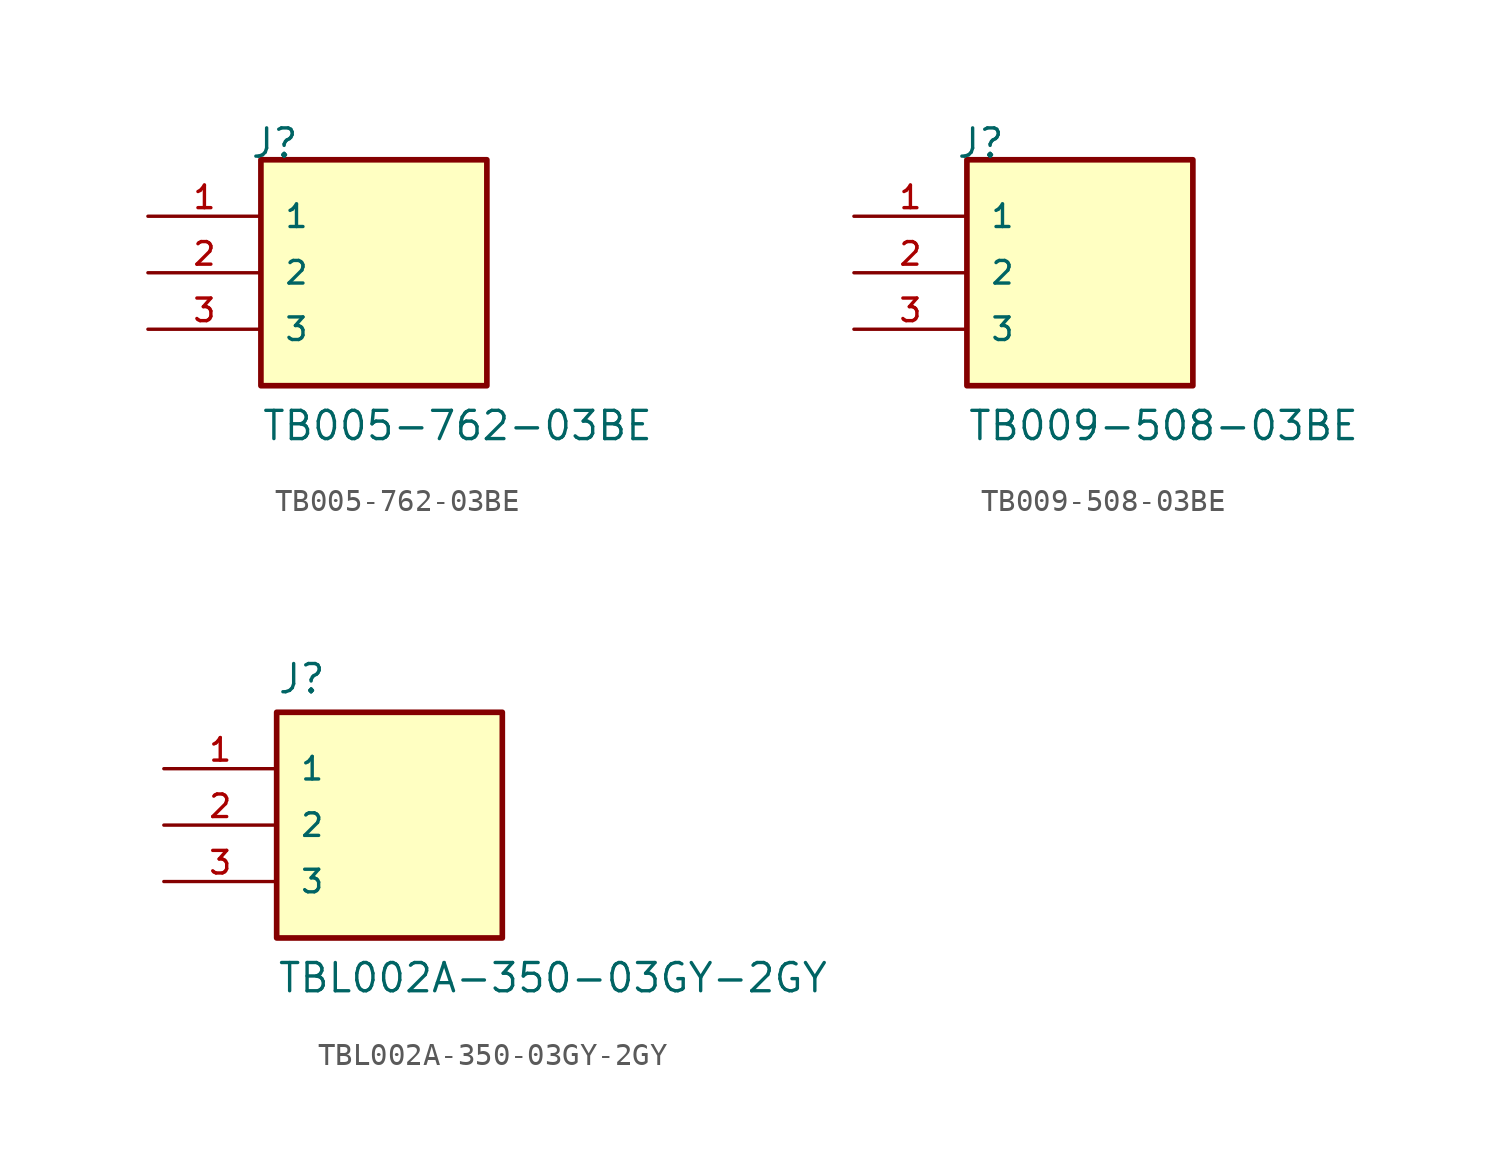
<source format=kicad_sym>
(kicad_symbol_lib
  (version 20211014)
  (generator kicad_symbol_editor)
  (symbol "TB005-762-03BE"
    (pin_names
      (offset 1.016))
    (property "Reference" "J"
      (at -5.588 5.08 0)
      (effects (font (size 1.27 1.27)) (justify left bottom)))
    (property "Value" "TB005-762-03BE"
      (at -5.08 -7.62 0)
      (effects (font (size 1.27 1.27)) (justify left bottom)))
    (symbol "TB005-762-03BE_0_0"
      (rectangle (start -5.08 -5.08) (end 5.08 5.08) (stroke (width 0.254) (type default) (color 0 0 0 0)) (fill (type background)))
      (pin passive line (at -10.16 2.54 0) (length 5.08) (name "1" (effects (font (size 1.016 1.016)))) (number "1" (effects (font (size 1.016 1.016)))))
      (pin passive line (at -10.16 0 0) (length 5.08) (name "2" (effects (font (size 1.016 1.016)))) (number "2" (effects (font (size 1.016 1.016)))))
      (pin passive line (at -10.16 -2.54 0) (length 5.08) (name "3" (effects (font (size 1.016 1.016)))) (number "3" (effects (font (size 1.016 1.016)))))))
  (symbol "TB009-508-03BE"
    (pin_names
      (offset 1.016))
    (property "Reference" "J"
      (at -5.588 5.08 0)
      (effects (font (size 1.27 1.27)) (justify left bottom)))
    (property "Value" "TB009-508-03BE"
      (at -5.08 -7.62 0)
      (effects (font (size 1.27 1.27)) (justify left bottom)))
    (symbol "TB009-508-03BE_0_0"
      (rectangle (start -5.08 -5.08) (end 5.08 5.08) (stroke (width 0.254) (type default) (color 0 0 0 0)) (fill (type background)))
      (pin passive line (at -10.16 2.54 0) (length 5.08) (name "1" (effects (font (size 1.016 1.016)))) (number "1" (effects (font (size 1.016 1.016)))))
      (pin passive line (at -10.16 0 0) (length 5.08) (name "2" (effects (font (size 1.016 1.016)))) (number "2" (effects (font (size 1.016 1.016)))))
      (pin passive line (at -10.16 -2.54 0) (length 5.08) (name "3" (effects (font (size 1.016 1.016)))) (number "3" (effects (font (size 1.016 1.016)))))))
  (symbol "TBL002A-350-03GY-2GY"
    (pin_names
      (offset 1.016))
    (property "Reference" "J"
      (at -5.08 5.842 0)
      (effects (font (size 1.27 1.27)) (justify left bottom)))
    (property "Value" "TBL002A-350-03GY-2GY"
      (at -5.08 -7.62 0)
      (effects (font (size 1.27 1.27)) (justify left bottom)))
    (symbol "TBL002A-350-03GY-2GY_0_0"
      (rectangle (start -5.08 -5.08) (end 5.08 5.08) (stroke (width 0.254) (type default) (color 0 0 0 0)) (fill (type background)))
      (pin passive line (at -10.16 2.54 0) (length 5.08) (name "1" (effects (font (size 1.016 1.016)))) (number "1" (effects (font (size 1.016 1.016)))))
      (pin passive line (at -10.16 0 0) (length 5.08) (name "2" (effects (font (size 1.016 1.016)))) (number "2" (effects (font (size 1.016 1.016)))))
      (pin passive line (at -10.16 -2.54 0) (length 5.08) (name "3" (effects (font (size 1.016 1.016)))) (number "3" (effects (font (size 1.016 1.016))))))))
</source>
